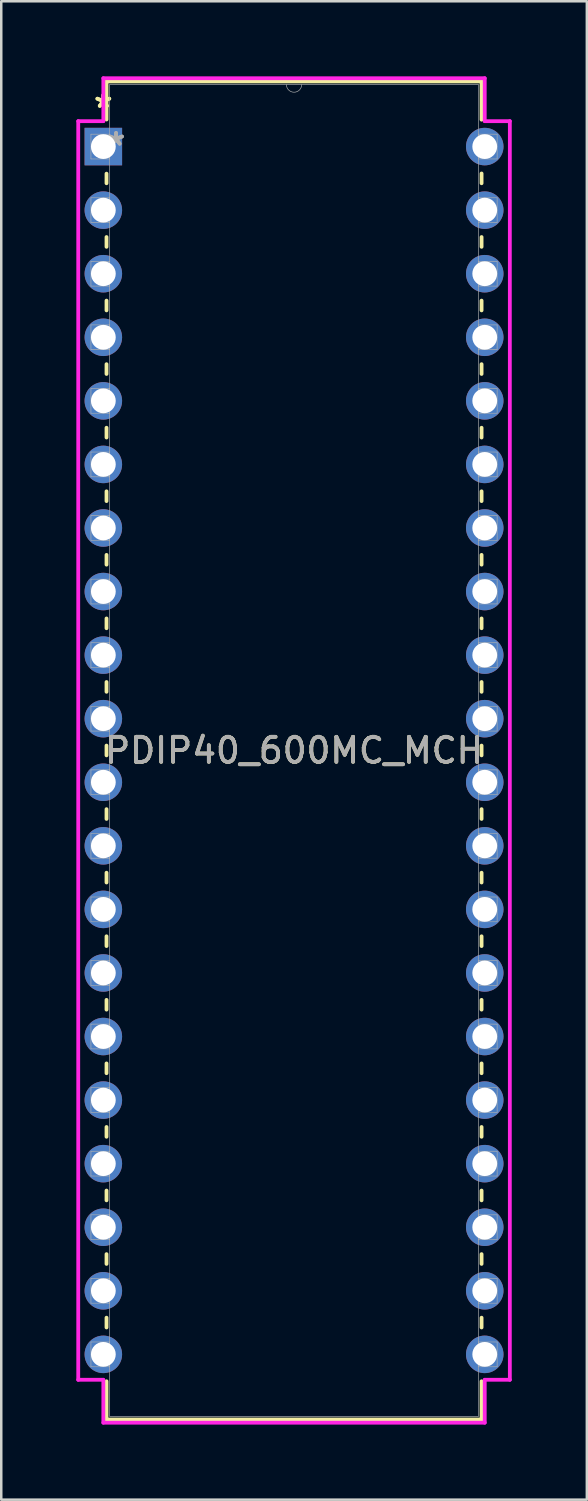
<source format=kicad_pcb>
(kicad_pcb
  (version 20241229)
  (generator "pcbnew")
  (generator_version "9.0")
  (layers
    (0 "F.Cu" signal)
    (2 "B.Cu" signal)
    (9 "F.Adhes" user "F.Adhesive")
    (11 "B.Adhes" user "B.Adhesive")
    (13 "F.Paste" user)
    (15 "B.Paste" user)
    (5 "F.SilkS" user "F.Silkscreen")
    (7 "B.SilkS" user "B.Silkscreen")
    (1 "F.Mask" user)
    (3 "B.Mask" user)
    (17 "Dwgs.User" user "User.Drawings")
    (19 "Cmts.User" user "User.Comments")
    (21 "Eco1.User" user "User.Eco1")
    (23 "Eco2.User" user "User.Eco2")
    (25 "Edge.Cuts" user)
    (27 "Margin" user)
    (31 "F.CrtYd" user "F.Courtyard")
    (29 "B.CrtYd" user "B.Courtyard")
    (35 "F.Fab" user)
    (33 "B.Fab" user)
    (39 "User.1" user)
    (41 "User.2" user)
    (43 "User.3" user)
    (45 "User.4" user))
  (footprint "PDIP40_600MC_MCH"
    (layer "F.Cu")
    (at 1.079 2.807)
    (property "Reference" "PDIP40_600MC_MCH" (at 7.62 24.13 0) (unlocked yes) (layer "F.SilkS") (effects (font (size 1 1) (thickness 0.15))))
    (attr through_hole)
    (fp_line (start 0.127 -2.603) (end 0.127 -1.082) (stroke (width 0.152) (type solid)) (layer "F.SilkS"))
    (fp_line (start 0.127 1.082) (end 0.127 1.465) (stroke (width 0.152) (type solid)) (layer "F.SilkS"))
    (fp_line (start 0.127 3.615) (end 0.127 4.005) (stroke (width 0.152) (type solid)) (layer "F.SilkS"))
    (fp_line (start 0.127 6.155) (end 0.127 6.545) (stroke (width 0.152) (type solid)) (layer "F.SilkS"))
    (fp_line (start 0.127 8.695) (end 0.127 9.085) (stroke (width 0.152) (type solid)) (layer "F.SilkS"))
    (fp_line (start 0.127 11.235) (end 0.127 11.625) (stroke (width 0.152) (type solid)) (layer "F.SilkS"))
    (fp_line (start 0.127 13.775) (end 0.127 14.165) (stroke (width 0.152) (type solid)) (layer "F.SilkS"))
    (fp_line (start 0.127 16.315) (end 0.127 16.705) (stroke (width 0.152) (type solid)) (layer "F.SilkS"))
    (fp_line (start 0.127 18.855) (end 0.127 19.245) (stroke (width 0.152) (type solid)) (layer "F.SilkS"))
    (fp_line (start 0.127 21.395) (end 0.127 21.785) (stroke (width 0.152) (type solid)) (layer "F.SilkS"))
    (fp_line (start 0.127 23.935) (end 0.127 24.325) (stroke (width 0.152) (type solid)) (layer "F.SilkS"))
    (fp_line (start 0.127 26.475) (end 0.127 26.865) (stroke (width 0.152) (type solid)) (layer "F.SilkS"))
    (fp_line (start 0.127 29.015) (end 0.127 29.405) (stroke (width 0.152) (type solid)) (layer "F.SilkS"))
    (fp_line (start 0.127 31.555) (end 0.127 31.945) (stroke (width 0.152) (type solid)) (layer "F.SilkS"))
    (fp_line (start 0.127 34.095) (end 0.127 34.485) (stroke (width 0.152) (type solid)) (layer "F.SilkS"))
    (fp_line (start 0.127 36.635) (end 0.127 37.025) (stroke (width 0.152) (type solid)) (layer "F.SilkS"))
    (fp_line (start 0.127 39.175) (end 0.127 39.565) (stroke (width 0.152) (type solid)) (layer "F.SilkS"))
    (fp_line (start 0.127 41.715) (end 0.127 42.105) (stroke (width 0.152) (type solid)) (layer "F.SilkS"))
    (fp_line (start 0.127 44.255) (end 0.127 44.645) (stroke (width 0.152) (type solid)) (layer "F.SilkS"))
    (fp_line (start 0.127 46.795) (end 0.127 47.185) (stroke (width 0.152) (type solid)) (layer "F.SilkS"))
    (fp_line (start 0.127 49.335) (end 0.127 50.864) (stroke (width 0.152) (type solid)) (layer "F.SilkS"))
    (fp_line (start 0.127 50.864) (end 15.113 50.864) (stroke (width 0.152) (type solid)) (layer "F.SilkS"))
    (fp_line (start 15.113 -2.603) (end 0.127 -2.603) (stroke (width 0.152) (type solid)) (layer "F.SilkS"))
    (fp_line (start 15.113 -1.075) (end 15.113 -2.603) (stroke (width 0.152) (type solid)) (layer "F.SilkS"))
    (fp_line (start 15.113 1.465) (end 15.113 1.075) (stroke (width 0.152) (type solid)) (layer "F.SilkS"))
    (fp_line (start 15.113 4.005) (end 15.113 3.615) (stroke (width 0.152) (type solid)) (layer "F.SilkS"))
    (fp_line (start 15.113 6.545) (end 15.113 6.155) (stroke (width 0.152) (type solid)) (layer "F.SilkS"))
    (fp_line (start 15.113 9.085) (end 15.113 8.695) (stroke (width 0.152) (type solid)) (layer "F.SilkS"))
    (fp_line (start 15.113 11.625) (end 15.113 11.235) (stroke (width 0.152) (type solid)) (layer "F.SilkS"))
    (fp_line (start 15.113 14.165) (end 15.113 13.775) (stroke (width 0.152) (type solid)) (layer "F.SilkS"))
    (fp_line (start 15.113 16.705) (end 15.113 16.315) (stroke (width 0.152) (type solid)) (layer "F.SilkS"))
    (fp_line (start 15.113 19.245) (end 15.113 18.855) (stroke (width 0.152) (type solid)) (layer "F.SilkS"))
    (fp_line (start 15.113 21.785) (end 15.113 21.395) (stroke (width 0.152) (type solid)) (layer "F.SilkS"))
    (fp_line (start 15.113 24.325) (end 15.113 23.935) (stroke (width 0.152) (type solid)) (layer "F.SilkS"))
    (fp_line (start 15.113 26.865) (end 15.113 26.475) (stroke (width 0.152) (type solid)) (layer "F.SilkS"))
    (fp_line (start 15.113 29.405) (end 15.113 29.015) (stroke (width 0.152) (type solid)) (layer "F.SilkS"))
    (fp_line (start 15.113 31.945) (end 15.113 31.555) (stroke (width 0.152) (type solid)) (layer "F.SilkS"))
    (fp_line (start 15.113 34.485) (end 15.113 34.095) (stroke (width 0.152) (type solid)) (layer "F.SilkS"))
    (fp_line (start 15.113 37.025) (end 15.113 36.635) (stroke (width 0.152) (type solid)) (layer "F.SilkS"))
    (fp_line (start 15.113 39.565) (end 15.113 39.175) (stroke (width 0.152) (type solid)) (layer "F.SilkS"))
    (fp_line (start 15.113 42.105) (end 15.113 41.715) (stroke (width 0.152) (type solid)) (layer "F.SilkS"))
    (fp_line (start 15.113 44.645) (end 15.113 44.255) (stroke (width 0.152) (type solid)) (layer "F.SilkS"))
    (fp_line (start 15.113 47.185) (end 15.113 46.795) (stroke (width 0.152) (type solid)) (layer "F.SilkS"))
    (fp_line (start 15.113 50.864) (end 15.113 49.335) (stroke (width 0.152) (type solid)) (layer "F.SilkS"))
    (fp_line (start -1.003 -1.016) (end 0 -1.016) (stroke (width 0.152) (type solid)) (layer "F.CrtYd"))
    (fp_line (start -1.003 49.276) (end -1.003 -1.016) (stroke (width 0.152) (type solid)) (layer "F.CrtYd"))
    (fp_line (start 0 -2.731) (end 15.24 -2.731) (stroke (width 0.152) (type solid)) (layer "F.CrtYd"))
    (fp_line (start 0 -1.016) (end 0 -2.731) (stroke (width 0.152) (type solid)) (layer "F.CrtYd"))
    (fp_line (start 0 49.276) (end -1.003 49.276) (stroke (width 0.152) (type solid)) (layer "F.CrtYd"))
    (fp_line (start 0 50.99) (end 0 49.276) (stroke (width 0.152) (type solid)) (layer "F.CrtYd"))
    (fp_line (start 15.24 -2.731) (end 15.24 -1.016) (stroke (width 0.152) (type solid)) (layer "F.CrtYd"))
    (fp_line (start 15.24 49.276) (end 15.24 50.99) (stroke (width 0.152) (type solid)) (layer "F.CrtYd"))
    (fp_line (start 15.24 50.99) (end 0 50.99) (stroke (width 0.152) (type solid)) (layer "F.CrtYd"))
    (fp_line (start 16.243 -1.016) (end 15.24 -1.016) (stroke (width 0.152) (type solid)) (layer "F.CrtYd"))
    (fp_line (start 16.243 -1.016) (end 16.243 49.276) (stroke (width 0.152) (type solid)) (layer "F.CrtYd"))
    (fp_line (start 16.243 49.276) (end 15.24 49.276) (stroke (width 0.152) (type solid)) (layer "F.CrtYd"))
    (fp_line (start -0.495 -0.495) (end -0.495 0.495) (stroke (width 0.025) (type solid)) (layer "F.Fab"))
    (fp_line (start -0.495 0.495) (end 0.254 0.495) (stroke (width 0.025) (type solid)) (layer "F.Fab"))
    (fp_line (start -0.495 2.045) (end -0.495 3.035) (stroke (width 0.025) (type solid)) (layer "F.Fab"))
    (fp_line (start -0.495 3.035) (end 0.254 3.035) (stroke (width 0.025) (type solid)) (layer "F.Fab"))
    (fp_line (start -0.495 4.585) (end -0.495 5.575) (stroke (width 0.025) (type solid)) (layer "F.Fab"))
    (fp_line (start -0.495 5.575) (end 0.254 5.575) (stroke (width 0.025) (type solid)) (layer "F.Fab"))
    (fp_line (start -0.495 7.125) (end -0.495 8.115) (stroke (width 0.025) (type solid)) (layer "F.Fab"))
    (fp_line (start -0.495 8.115) (end 0.254 8.115) (stroke (width 0.025) (type solid)) (layer "F.Fab"))
    (fp_line (start -0.495 9.665) (end -0.495 10.655) (stroke (width 0.025) (type solid)) (layer "F.Fab"))
    (fp_line (start -0.495 10.655) (end 0.254 10.655) (stroke (width 0.025) (type solid)) (layer "F.Fab"))
    (fp_line (start -0.495 12.205) (end -0.495 13.195) (stroke (width 0.025) (type solid)) (layer "F.Fab"))
    (fp_line (start -0.495 13.195) (end 0.254 13.195) (stroke (width 0.025) (type solid)) (layer "F.Fab"))
    (fp_line (start -0.495 14.745) (end -0.495 15.735) (stroke (width 0.025) (type solid)) (layer "F.Fab"))
    (fp_line (start -0.495 15.735) (end 0.254 15.735) (stroke (width 0.025) (type solid)) (layer "F.Fab"))
    (fp_line (start -0.495 17.285) (end -0.495 18.275) (stroke (width 0.025) (type solid)) (layer "F.Fab"))
    (fp_line (start -0.495 18.275) (end 0.254 18.275) (stroke (width 0.025) (type solid)) (layer "F.Fab"))
    (fp_line (start -0.495 19.825) (end -0.495 20.815) (stroke (width 0.025) (type solid)) (layer "F.Fab"))
    (fp_line (start -0.495 20.815) (end 0.254 20.815) (stroke (width 0.025) (type solid)) (layer "F.Fab"))
    (fp_line (start -0.495 22.365) (end -0.495 23.355) (stroke (width 0.025) (type solid)) (layer "F.Fab"))
    (fp_line (start -0.495 23.355) (end 0.254 23.355) (stroke (width 0.025) (type solid)) (layer "F.Fab"))
    (fp_line (start -0.495 24.905) (end -0.495 25.895) (stroke (width 0.025) (type solid)) (layer "F.Fab"))
    (fp_line (start -0.495 25.895) (end 0.254 25.895) (stroke (width 0.025) (type solid)) (layer "F.Fab"))
    (fp_line (start -0.495 27.445) (end -0.495 28.435) (stroke (width 0.025) (type solid)) (layer "F.Fab"))
    (fp_line (start -0.495 28.435) (end 0.254 28.435) (stroke (width 0.025) (type solid)) (layer "F.Fab"))
    (fp_line (start -0.495 29.985) (end -0.495 30.975) (stroke (width 0.025) (type solid)) (layer "F.Fab"))
    (fp_line (start -0.495 30.975) (end 0.254 30.975) (stroke (width 0.025) (type solid)) (layer "F.Fab"))
    (fp_line (start -0.495 32.525) (end -0.495 33.515) (stroke (width 0.025) (type solid)) (layer "F.Fab"))
    (fp_line (start -0.495 33.515) (end 0.254 33.515) (stroke (width 0.025) (type solid)) (layer "F.Fab"))
    (fp_line (start -0.495 35.065) (end -0.495 36.055) (stroke (width 0.025) (type solid)) (layer "F.Fab"))
    (fp_line (start -0.495 36.055) (end 0.254 36.055) (stroke (width 0.025) (type solid)) (layer "F.Fab"))
    (fp_line (start -0.495 37.605) (end -0.495 38.595) (stroke (width 0.025) (type solid)) (layer "F.Fab"))
    (fp_line (start -0.495 38.595) (end 0.254 38.595) (stroke (width 0.025) (type solid)) (layer "F.Fab"))
    (fp_line (start -0.495 40.145) (end -0.495 41.135) (stroke (width 0.025) (type solid)) (layer "F.Fab"))
    (fp_line (start -0.495 41.135) (end 0.254 41.135) (stroke (width 0.025) (type solid)) (layer "F.Fab"))
    (fp_line (start -0.495 42.685) (end -0.495 43.675) (stroke (width 0.025) (type solid)) (layer "F.Fab"))
    (fp_line (start -0.495 43.675) (end 0.254 43.675) (stroke (width 0.025) (type solid)) (layer "F.Fab"))
    (fp_line (start -0.495 45.225) (end -0.495 46.215) (stroke (width 0.025) (type solid)) (layer "F.Fab"))
    (fp_line (start -0.495 46.215) (end 0.254 46.215) (stroke (width 0.025) (type solid)) (layer "F.Fab"))
    (fp_line (start -0.495 47.765) (end -0.495 48.755) (stroke (width 0.025) (type solid)) (layer "F.Fab"))
    (fp_line (start -0.495 48.755) (end 0.254 48.755) (stroke (width 0.025) (type solid)) (layer "F.Fab"))
    (fp_line (start 0.254 -2.477) (end 0.254 50.736) (stroke (width 0.025) (type solid)) (layer "F.Fab"))
    (fp_line (start 0.254 -0.495) (end -0.495 -0.495) (stroke (width 0.025) (type solid)) (layer "F.Fab"))
    (fp_line (start 0.254 0.495) (end 0.254 -0.495) (stroke (width 0.025) (type solid)) (layer "F.Fab"))
    (fp_line (start 0.254 2.045) (end -0.495 2.045) (stroke (width 0.025) (type solid)) (layer "F.Fab"))
    (fp_line (start 0.254 3.035) (end 0.254 2.045) (stroke (width 0.025) (type solid)) (layer "F.Fab"))
    (fp_line (start 0.254 4.585) (end -0.495 4.585) (stroke (width 0.025) (type solid)) (layer "F.Fab"))
    (fp_line (start 0.254 5.575) (end 0.254 4.585) (stroke (width 0.025) (type solid)) (layer "F.Fab"))
    (fp_line (start 0.254 7.125) (end -0.495 7.125) (stroke (width 0.025) (type solid)) (layer "F.Fab"))
    (fp_line (start 0.254 8.115) (end 0.254 7.125) (stroke (width 0.025) (type solid)) (layer "F.Fab"))
    (fp_line (start 0.254 9.665) (end -0.495 9.665) (stroke (width 0.025) (type solid)) (layer "F.Fab"))
    (fp_line (start 0.254 10.655) (end 0.254 9.665) (stroke (width 0.025) (type solid)) (layer "F.Fab"))
    (fp_line (start 0.254 12.205) (end -0.495 12.205) (stroke (width 0.025) (type solid)) (layer "F.Fab"))
    (fp_line (start 0.254 13.195) (end 0.254 12.205) (stroke (width 0.025) (type solid)) (layer "F.Fab"))
    (fp_line (start 0.254 14.745) (end -0.495 14.745) (stroke (width 0.025) (type solid)) (layer "F.Fab"))
    (fp_line (start 0.254 15.735) (end 0.254 14.745) (stroke (width 0.025) (type solid)) (layer "F.Fab"))
    (fp_line (start 0.254 17.285) (end -0.495 17.285) (stroke (width 0.025) (type solid)) (layer "F.Fab"))
    (fp_line (start 0.254 18.275) (end 0.254 17.285) (stroke (width 0.025) (type solid)) (layer "F.Fab"))
    (fp_line (start 0.254 19.825) (end -0.495 19.825) (stroke (width 0.025) (type solid)) (layer "F.Fab"))
    (fp_line (start 0.254 20.815) (end 0.254 19.825) (stroke (width 0.025) (type solid)) (layer "F.Fab"))
    (fp_line (start 0.254 22.365) (end -0.495 22.365) (stroke (width 0.025) (type solid)) (layer "F.Fab"))
    (fp_line (start 0.254 23.355) (end 0.254 22.365) (stroke (width 0.025) (type solid)) (layer "F.Fab"))
    (fp_line (start 0.254 24.905) (end -0.495 24.905) (stroke (width 0.025) (type solid)) (layer "F.Fab"))
    (fp_line (start 0.254 25.895) (end 0.254 24.905) (stroke (width 0.025) (type solid)) (layer "F.Fab"))
    (fp_line (start 0.254 27.445) (end -0.495 27.445) (stroke (width 0.025) (type solid)) (layer "F.Fab"))
    (fp_line (start 0.254 28.435) (end 0.254 27.445) (stroke (width 0.025) (type solid)) (layer "F.Fab"))
    (fp_line (start 0.254 29.985) (end -0.495 29.985) (stroke (width 0.025) (type solid)) (layer "F.Fab"))
    (fp_line (start 0.254 30.975) (end 0.254 29.985) (stroke (width 0.025) (type solid)) (layer "F.Fab"))
    (fp_line (start 0.254 32.525) (end -0.495 32.525) (stroke (width 0.025) (type solid)) (layer "F.Fab"))
    (fp_line (start 0.254 33.515) (end 0.254 32.525) (stroke (width 0.025) (type solid)) (layer "F.Fab"))
    (fp_line (start 0.254 35.065) (end -0.495 35.065) (stroke (width 0.025) (type solid)) (layer "F.Fab"))
    (fp_line (start 0.254 36.055) (end 0.254 35.065) (stroke (width 0.025) (type solid)) (layer "F.Fab"))
    (fp_line (start 0.254 37.605) (end -0.495 37.605) (stroke (width 0.025) (type solid)) (layer "F.Fab"))
    (fp_line (start 0.254 38.595) (end 0.254 37.605) (stroke (width 0.025) (type solid)) (layer "F.Fab"))
    (fp_line (start 0.254 40.145) (end -0.495 40.145) (stroke (width 0.025) (type solid)) (layer "F.Fab"))
    (fp_line (start 0.254 41.135) (end 0.254 40.145) (stroke (width 0.025) (type solid)) (layer "F.Fab"))
    (fp_line (start 0.254 42.685) (end -0.495 42.685) (stroke (width 0.025) (type solid)) (layer "F.Fab"))
    (fp_line (start 0.254 43.675) (end 0.254 42.685) (stroke (width 0.025) (type solid)) (layer "F.Fab"))
    (fp_line (start 0.254 45.225) (end -0.495 45.225) (stroke (width 0.025) (type solid)) (layer "F.Fab"))
    (fp_line (start 0.254 46.215) (end 0.254 45.225) (stroke (width 0.025) (type solid)) (layer "F.Fab"))
    (fp_line (start 0.254 47.765) (end -0.495 47.765) (stroke (width 0.025) (type solid)) (layer "F.Fab"))
    (fp_line (start 0.254 48.755) (end 0.254 47.765) (stroke (width 0.025) (type solid)) (layer "F.Fab"))
    (fp_line (start 0.254 50.736) (end 14.986 50.736) (stroke (width 0.025) (type solid)) (layer "F.Fab"))
    (fp_line (start 14.986 -2.477) (end 0.254 -2.477) (stroke (width 0.025) (type solid)) (layer "F.Fab"))
    (fp_line (start 14.986 -0.495) (end 14.986 0.495) (stroke (width 0.025) (type solid)) (layer "F.Fab"))
    (fp_line (start 14.986 0.495) (end 15.735 0.495) (stroke (width 0.025) (type solid)) (layer "F.Fab"))
    (fp_line (start 14.986 2.045) (end 14.986 3.035) (stroke (width 0.025) (type solid)) (layer "F.Fab"))
    (fp_line (start 14.986 3.035) (end 15.735 3.035) (stroke (width 0.025) (type solid)) (layer "F.Fab"))
    (fp_line (start 14.986 4.585) (end 14.986 5.575) (stroke (width 0.025) (type solid)) (layer "F.Fab"))
    (fp_line (start 14.986 5.575) (end 15.735 5.575) (stroke (width 0.025) (type solid)) (layer "F.Fab"))
    (fp_line (start 14.986 7.125) (end 14.986 8.115) (stroke (width 0.025) (type solid)) (layer "F.Fab"))
    (fp_line (start 14.986 8.115) (end 15.735 8.115) (stroke (width 0.025) (type solid)) (layer "F.Fab"))
    (fp_line (start 14.986 9.665) (end 14.986 10.655) (stroke (width 0.025) (type solid)) (layer "F.Fab"))
    (fp_line (start 14.986 10.655) (end 15.735 10.655) (stroke (width 0.025) (type solid)) (layer "F.Fab"))
    (fp_line (start 14.986 12.205) (end 14.986 13.195) (stroke (width 0.025) (type solid)) (layer "F.Fab"))
    (fp_line (start 14.986 13.195) (end 15.735 13.195) (stroke (width 0.025) (type solid)) (layer "F.Fab"))
    (fp_line (start 14.986 14.745) (end 14.986 15.735) (stroke (width 0.025) (type solid)) (layer "F.Fab"))
    (fp_line (start 14.986 15.735) (end 15.735 15.735) (stroke (width 0.025) (type solid)) (layer "F.Fab"))
    (fp_line (start 14.986 17.285) (end 14.986 18.275) (stroke (width 0.025) (type solid)) (layer "F.Fab"))
    (fp_line (start 14.986 18.275) (end 15.735 18.275) (stroke (width 0.025) (type solid)) (layer "F.Fab"))
    (fp_line (start 14.986 19.825) (end 14.986 20.815) (stroke (width 0.025) (type solid)) (layer "F.Fab"))
    (fp_line (start 14.986 20.815) (end 15.735 20.815) (stroke (width 0.025) (type solid)) (layer "F.Fab"))
    (fp_line (start 14.986 22.365) (end 14.986 23.355) (stroke (width 0.025) (type solid)) (layer "F.Fab"))
    (fp_line (start 14.986 23.355) (end 15.735 23.355) (stroke (width 0.025) (type solid)) (layer "F.Fab"))
    (fp_line (start 14.986 24.905) (end 14.986 25.895) (stroke (width 0.025) (type solid)) (layer "F.Fab"))
    (fp_line (start 14.986 25.895) (end 15.735 25.895) (stroke (width 0.025) (type solid)) (layer "F.Fab"))
    (fp_line (start 14.986 27.445) (end 14.986 28.435) (stroke (width 0.025) (type solid)) (layer "F.Fab"))
    (fp_line (start 14.986 28.435) (end 15.735 28.435) (stroke (width 0.025) (type solid)) (layer "F.Fab"))
    (fp_line (start 14.986 29.985) (end 14.986 30.975) (stroke (width 0.025) (type solid)) (layer "F.Fab"))
    (fp_line (start 14.986 30.975) (end 15.735 30.975) (stroke (width 0.025) (type solid)) (layer "F.Fab"))
    (fp_line (start 14.986 32.525) (end 14.986 33.515) (stroke (width 0.025) (type solid)) (layer "F.Fab"))
    (fp_line (start 14.986 33.515) (end 15.735 33.515) (stroke (width 0.025) (type solid)) (layer "F.Fab"))
    (fp_line (start 14.986 35.065) (end 14.986 36.055) (stroke (width 0.025) (type solid)) (layer "F.Fab"))
    (fp_line (start 14.986 36.055) (end 15.735 36.055) (stroke (width 0.025) (type solid)) (layer "F.Fab"))
    (fp_line (start 14.986 37.605) (end 14.986 38.595) (stroke (width 0.025) (type solid)) (layer "F.Fab"))
    (fp_line (start 14.986 38.595) (end 15.735 38.595) (stroke (width 0.025) (type solid)) (layer "F.Fab"))
    (fp_line (start 14.986 40.145) (end 14.986 41.135) (stroke (width 0.025) (type solid)) (layer "F.Fab"))
    (fp_line (start 14.986 41.135) (end 15.735 41.135) (stroke (width 0.025) (type solid)) (layer "F.Fab"))
    (fp_line (start 14.986 42.685) (end 14.986 43.675) (stroke (width 0.025) (type solid)) (layer "F.Fab"))
    (fp_line (start 14.986 43.675) (end 15.735 43.675) (stroke (width 0.025) (type solid)) (layer "F.Fab"))
    (fp_line (start 14.986 45.225) (end 14.986 46.215) (stroke (width 0.025) (type solid)) (layer "F.Fab"))
    (fp_line (start 14.986 46.215) (end 15.735 46.215) (stroke (width 0.025) (type solid)) (layer "F.Fab"))
    (fp_line (start 14.986 47.765) (end 14.986 48.755) (stroke (width 0.025) (type solid)) (layer "F.Fab"))
    (fp_line (start 14.986 48.755) (end 15.735 48.755) (stroke (width 0.025) (type solid)) (layer "F.Fab"))
    (fp_line (start 14.986 50.736) (end 14.986 -2.477) (stroke (width 0.025) (type solid)) (layer "F.Fab"))
    (fp_line (start 15.735 -0.495) (end 14.986 -0.495) (stroke (width 0.025) (type solid)) (layer "F.Fab"))
    (fp_line (start 15.735 0.495) (end 15.735 -0.495) (stroke (width 0.025) (type solid)) (layer "F.Fab"))
    (fp_line (start 15.735 2.045) (end 14.986 2.045) (stroke (width 0.025) (type solid)) (layer "F.Fab"))
    (fp_line (start 15.735 3.035) (end 15.735 2.045) (stroke (width 0.025) (type solid)) (layer "F.Fab"))
    (fp_line (start 15.735 4.585) (end 14.986 4.585) (stroke (width 0.025) (type solid)) (layer "F.Fab"))
    (fp_line (start 15.735 5.575) (end 15.735 4.585) (stroke (width 0.025) (type solid)) (layer "F.Fab"))
    (fp_line (start 15.735 7.125) (end 14.986 7.125) (stroke (width 0.025) (type solid)) (layer "F.Fab"))
    (fp_line (start 15.735 8.115) (end 15.735 7.125) (stroke (width 0.025) (type solid)) (layer "F.Fab"))
    (fp_line (start 15.735 9.665) (end 14.986 9.665) (stroke (width 0.025) (type solid)) (layer "F.Fab"))
    (fp_line (start 15.735 10.655) (end 15.735 9.665) (stroke (width 0.025) (type solid)) (layer "F.Fab"))
    (fp_line (start 15.735 12.205) (end 14.986 12.205) (stroke (width 0.025) (type solid)) (layer "F.Fab"))
    (fp_line (start 15.735 13.195) (end 15.735 12.205) (stroke (width 0.025) (type solid)) (layer "F.Fab"))
    (fp_line (start 15.735 14.745) (end 14.986 14.745) (stroke (width 0.025) (type solid)) (layer "F.Fab"))
    (fp_line (start 15.735 15.735) (end 15.735 14.745) (stroke (width 0.025) (type solid)) (layer "F.Fab"))
    (fp_line (start 15.735 17.285) (end 14.986 17.285) (stroke (width 0.025) (type solid)) (layer "F.Fab"))
    (fp_line (start 15.735 18.275) (end 15.735 17.285) (stroke (width 0.025) (type solid)) (layer "F.Fab"))
    (fp_line (start 15.735 19.825) (end 14.986 19.825) (stroke (width 0.025) (type solid)) (layer "F.Fab"))
    (fp_line (start 15.735 20.815) (end 15.735 19.825) (stroke (width 0.025) (type solid)) (layer "F.Fab"))
    (fp_line (start 15.735 22.365) (end 14.986 22.365) (stroke (width 0.025) (type solid)) (layer "F.Fab"))
    (fp_line (start 15.735 23.355) (end 15.735 22.365) (stroke (width 0.025) (type solid)) (layer "F.Fab"))
    (fp_line (start 15.735 24.905) (end 14.986 24.905) (stroke (width 0.025) (type solid)) (layer "F.Fab"))
    (fp_line (start 15.735 25.895) (end 15.735 24.905) (stroke (width 0.025) (type solid)) (layer "F.Fab"))
    (fp_line (start 15.735 27.445) (end 14.986 27.445) (stroke (width 0.025) (type solid)) (layer "F.Fab"))
    (fp_line (start 15.735 28.435) (end 15.735 27.445) (stroke (width 0.025) (type solid)) (layer "F.Fab"))
    (fp_line (start 15.735 29.985) (end 14.986 29.985) (stroke (width 0.025) (type solid)) (layer "F.Fab"))
    (fp_line (start 15.735 30.975) (end 15.735 29.985) (stroke (width 0.025) (type solid)) (layer "F.Fab"))
    (fp_line (start 15.735 32.525) (end 14.986 32.525) (stroke (width 0.025) (type solid)) (layer "F.Fab"))
    (fp_line (start 15.735 33.515) (end 15.735 32.525) (stroke (width 0.025) (type solid)) (layer "F.Fab"))
    (fp_line (start 15.735 35.065) (end 14.986 35.065) (stroke (width 0.025) (type solid)) (layer "F.Fab"))
    (fp_line (start 15.735 36.055) (end 15.735 35.065) (stroke (width 0.025) (type solid)) (layer "F.Fab"))
    (fp_line (start 15.735 37.605) (end 14.986 37.605) (stroke (width 0.025) (type solid)) (layer "F.Fab"))
    (fp_line (start 15.735 38.595) (end 15.735 37.605) (stroke (width 0.025) (type solid)) (layer "F.Fab"))
    (fp_line (start 15.735 40.145) (end 14.986 40.145) (stroke (width 0.025) (type solid)) (layer "F.Fab"))
    (fp_line (start 15.735 41.135) (end 15.735 40.145) (stroke (width 0.025) (type solid)) (layer "F.Fab"))
    (fp_line (start 15.735 42.685) (end 14.986 42.685) (stroke (width 0.025) (type solid)) (layer "F.Fab"))
    (fp_line (start 15.735 43.675) (end 15.735 42.685) (stroke (width 0.025) (type solid)) (layer "F.Fab"))
    (fp_line (start 15.735 45.225) (end 14.986 45.225) (stroke (width 0.025) (type solid)) (layer "F.Fab"))
    (fp_line (start 15.735 46.215) (end 15.735 45.225) (stroke (width 0.025) (type solid)) (layer "F.Fab"))
    (fp_line (start 15.735 47.765) (end 14.986 47.765) (stroke (width 0.025) (type solid)) (layer "F.Fab"))
    (fp_line (start 15.735 48.755) (end 15.735 47.765) (stroke (width 0.025) (type solid)) (layer "F.Fab"))
    (fp_arc (start 7.9248 -2.4765) (mid 7.62 -2.1717) (end 7.3152 -2.4765) (stroke (width 0.0254) (type solid)) (layer "F.Fab"))
    (fp_text user "*" (at 0 -1.511 0) (unlocked yes) (layer "F.SilkS") (effects (font (size 1 1) (thickness 0.15))))
    (fp_text user "*" (at 0 -1.511 0) (layer "F.SilkS") (effects (font (size 1 1) (thickness 0.15))))
    (fp_text user "*" (at 0.508 0 0) (unlocked yes) (layer "F.Fab") (effects (font (size 1 1) (thickness 0.15))))
    (fp_text user "${REFERENCE}" (at 7.62 24.13 0) (unlocked yes) (layer "F.Fab") (effects (font (size 1 1) (thickness 0.15))))
    (fp_text user "*" (at 0.508 0 0) (layer "F.Fab") (effects (font (size 1 1) (thickness 0.15))))
    (pad "1" thru_hole rect (at 0 0) (size 1.499 1.499) (drill 0.991) (layers "*.Cu" "*.Mask"))
    (pad "2" thru_hole circle (at 0 2.54) (size 1.499 1.499) (drill 0.991) (layers "*.Cu" "*.Mask"))
    (pad "3" thru_hole circle (at 0 5.08) (size 1.499 1.499) (drill 0.991) (layers "*.Cu" "*.Mask"))
    (pad "4" thru_hole circle (at 0 7.62) (size 1.499 1.499) (drill 0.991) (layers "*.Cu" "*.Mask"))
    (pad "5" thru_hole circle (at 0 10.16) (size 1.499 1.499) (drill 0.991) (layers "*.Cu" "*.Mask"))
    (pad "6" thru_hole circle (at 0 12.7) (size 1.499 1.499) (drill 0.991) (layers "*.Cu" "*.Mask"))
    (pad "7" thru_hole circle (at 0 15.24) (size 1.499 1.499) (drill 0.991) (layers "*.Cu" "*.Mask"))
    (pad "8" thru_hole circle (at 0 17.78) (size 1.499 1.499) (drill 0.991) (layers "*.Cu" "*.Mask"))
    (pad "9" thru_hole circle (at 0 20.32) (size 1.499 1.499) (drill 0.991) (layers "*.Cu" "*.Mask"))
    (pad "10" thru_hole circle (at 0 22.86) (size 1.499 1.499) (drill 0.991) (layers "*.Cu" "*.Mask"))
    (pad "11" thru_hole circle (at 0 25.4) (size 1.499 1.499) (drill 0.991) (layers "*.Cu" "*.Mask"))
    (pad "12" thru_hole circle (at 0 27.94) (size 1.499 1.499) (drill 0.991) (layers "*.Cu" "*.Mask"))
    (pad "13" thru_hole circle (at 0 30.48) (size 1.499 1.499) (drill 0.991) (layers "*.Cu" "*.Mask"))
    (pad "14" thru_hole circle (at 0 33.02) (size 1.499 1.499) (drill 0.991) (layers "*.Cu" "*.Mask"))
    (pad "15" thru_hole circle (at 0 35.56) (size 1.499 1.499) (drill 0.991) (layers "*.Cu" "*.Mask"))
    (pad "16" thru_hole circle (at 0 38.1) (size 1.499 1.499) (drill 0.991) (layers "*.Cu" "*.Mask"))
    (pad "17" thru_hole circle (at 0 40.64) (size 1.499 1.499) (drill 0.991) (layers "*.Cu" "*.Mask"))
    (pad "18" thru_hole circle (at 0 43.18) (size 1.499 1.499) (drill 0.991) (layers "*.Cu" "*.Mask"))
    (pad "19" thru_hole circle (at 0 45.72) (size 1.499 1.499) (drill 0.991) (layers "*.Cu" "*.Mask"))
    (pad "20" thru_hole circle (at 0 48.26) (size 1.499 1.499) (drill 0.991) (layers "*.Cu" "*.Mask"))
    (pad "21" thru_hole circle (at 15.24 48.26) (size 1.499 1.499) (drill 0.991) (layers "*.Cu" "*.Mask"))
    (pad "22" thru_hole circle (at 15.24 45.72) (size 1.499 1.499) (drill 0.991) (layers "*.Cu" "*.Mask"))
    (pad "23" thru_hole circle (at 15.24 43.18) (size 1.499 1.499) (drill 0.991) (layers "*.Cu" "*.Mask"))
    (pad "24" thru_hole circle (at 15.24 40.64) (size 1.499 1.499) (drill 0.991) (layers "*.Cu" "*.Mask"))
    (pad "25" thru_hole circle (at 15.24 38.1) (size 1.499 1.499) (drill 0.991) (layers "*.Cu" "*.Mask"))
    (pad "26" thru_hole circle (at 15.24 35.56) (size 1.499 1.499) (drill 0.991) (layers "*.Cu" "*.Mask"))
    (pad "27" thru_hole circle (at 15.24 33.02) (size 1.499 1.499) (drill 0.991) (layers "*.Cu" "*.Mask"))
    (pad "28" thru_hole circle (at 15.24 30.48) (size 1.499 1.499) (drill 0.991) (layers "*.Cu" "*.Mask"))
    (pad "29" thru_hole circle (at 15.24 27.94) (size 1.499 1.499) (drill 0.991) (layers "*.Cu" "*.Mask"))
    (pad "30" thru_hole circle (at 15.24 25.4) (size 1.499 1.499) (drill 0.991) (layers "*.Cu" "*.Mask"))
    (pad "31" thru_hole circle (at 15.24 22.86) (size 1.499 1.499) (drill 0.991) (layers "*.Cu" "*.Mask"))
    (pad "32" thru_hole circle (at 15.24 20.32) (size 1.499 1.499) (drill 0.991) (layers "*.Cu" "*.Mask"))
    (pad "33" thru_hole circle (at 15.24 17.78) (size 1.499 1.499) (drill 0.991) (layers "*.Cu" "*.Mask"))
    (pad "34" thru_hole circle (at 15.24 15.24) (size 1.499 1.499) (drill 0.991) (layers "*.Cu" "*.Mask"))
    (pad "35" thru_hole circle (at 15.24 12.7) (size 1.499 1.499) (drill 0.991) (layers "*.Cu" "*.Mask"))
    (pad "36" thru_hole circle (at 15.24 10.16) (size 1.499 1.499) (drill 0.991) (layers "*.Cu" "*.Mask"))
    (pad "37" thru_hole circle (at 15.24 7.62) (size 1.499 1.499) (drill 0.991) (layers "*.Cu" "*.Mask"))
    (pad "38" thru_hole circle (at 15.24 5.08) (size 1.499 1.499) (drill 0.991) (layers "*.Cu" "*.Mask"))
    (pad "39" thru_hole circle (at 15.24 2.54) (size 1.499 1.499) (drill 0.991) (layers "*.Cu" "*.Mask"))
    (pad "40" thru_hole circle (at 15.24 0) (size 1.499 1.499) (drill 0.991) (layers "*.Cu" "*.Mask")))
  (gr_rect
    (start -3 -3)
    (end 20.399 56.873)
    (stroke (width 0.1) (type default))
    (fill no)
    (layer "Edge.Cuts")))
</source>
